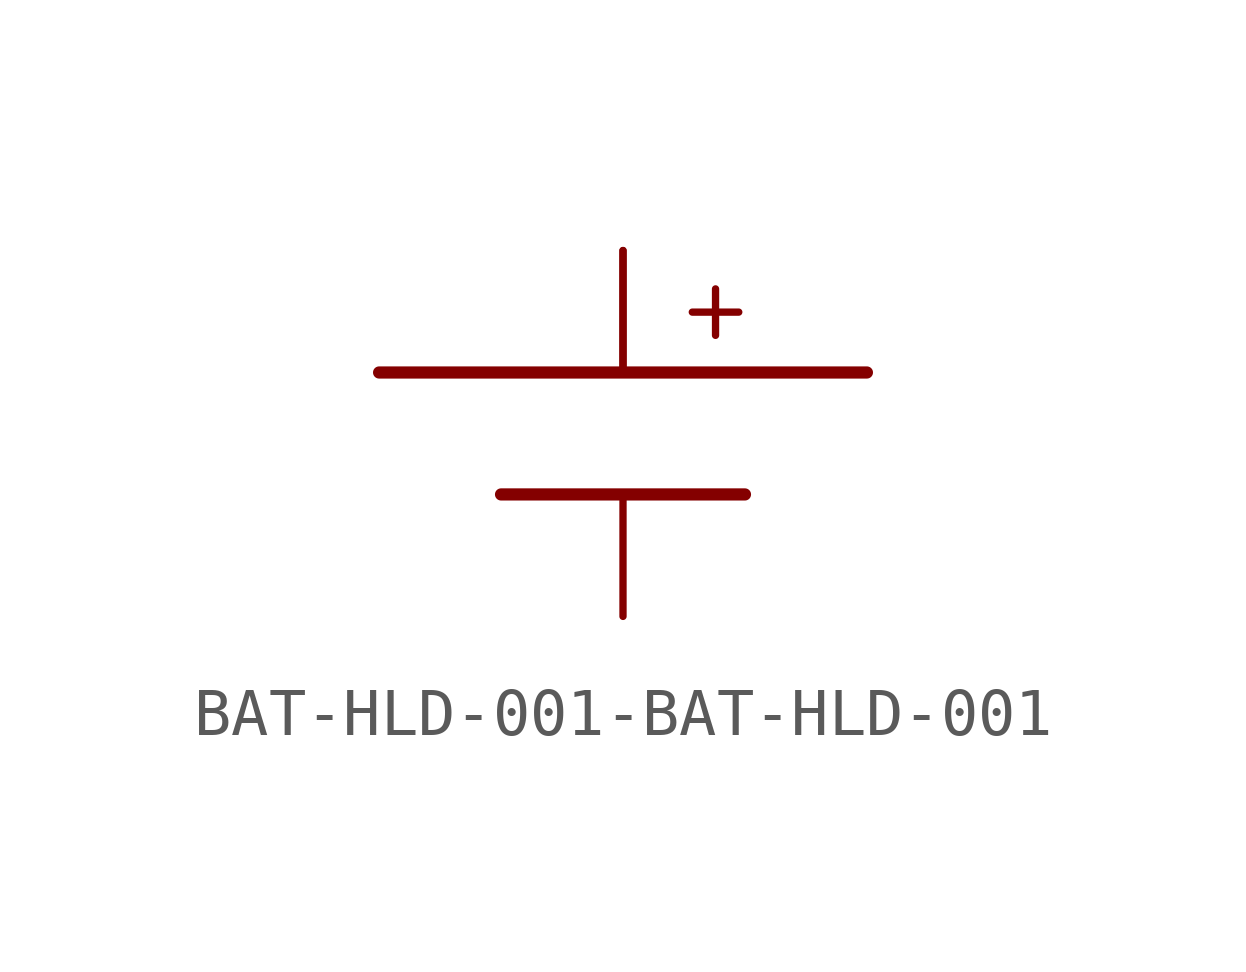
<source format=kicad_sym>
(kicad_symbol_lib
  (version 20220914)
  (generator kicad_symbol_editor)
  (symbol "BAT-HLD-001-BAT-HLD-001"
    (pin_numbers hide)
    (pin_names
      (offset 1.016) hide)
    (property "Reference" "U"
      (at 0 0 0)
      (effects (font (size 1.27 1.27)) (justify left bottom) hide))
    (property "ki_locked" ""
      (at 0 0 0)
      (effects (font (size 1.27 1.27))))
    (symbol "BAT-HLD-001-BAT-HLD-001_0_0"
      (polyline (pts (xy -5.08 0) (xy 5.08 0)) (stroke (width 0.254) (type solid)) (fill (type none)))
      (polyline (pts (xy -2.54 -2.54) (xy 2.54 -2.54)) (stroke (width 0.254) (type solid)) (fill (type none)))
      (text "+" (at 1.041 0.61 0) (effects (font (size 1.27 1.27)) (justify left bottom)))
      (pin bidirectional line (at 0 2.54 270) (length 2.54) (name "+@1" (effects (font (size 1.016 1.016)))) (number "+@1" (effects (font (size 1.016 1.016)))))
      (pin bidirectional line (at 0 2.54 270) (length 2.54) (name "+@2" (effects (font (size 1.016 1.016)))) (number "+@2" (effects (font (size 1.016 1.016)))))
      (pin bidirectional line (at 0 -5.08 90) (length 2.54) (name "-" (effects (font (size 1.016 1.016)))) (number "-" (effects (font (size 1.016 1.016))))))))
</source>
